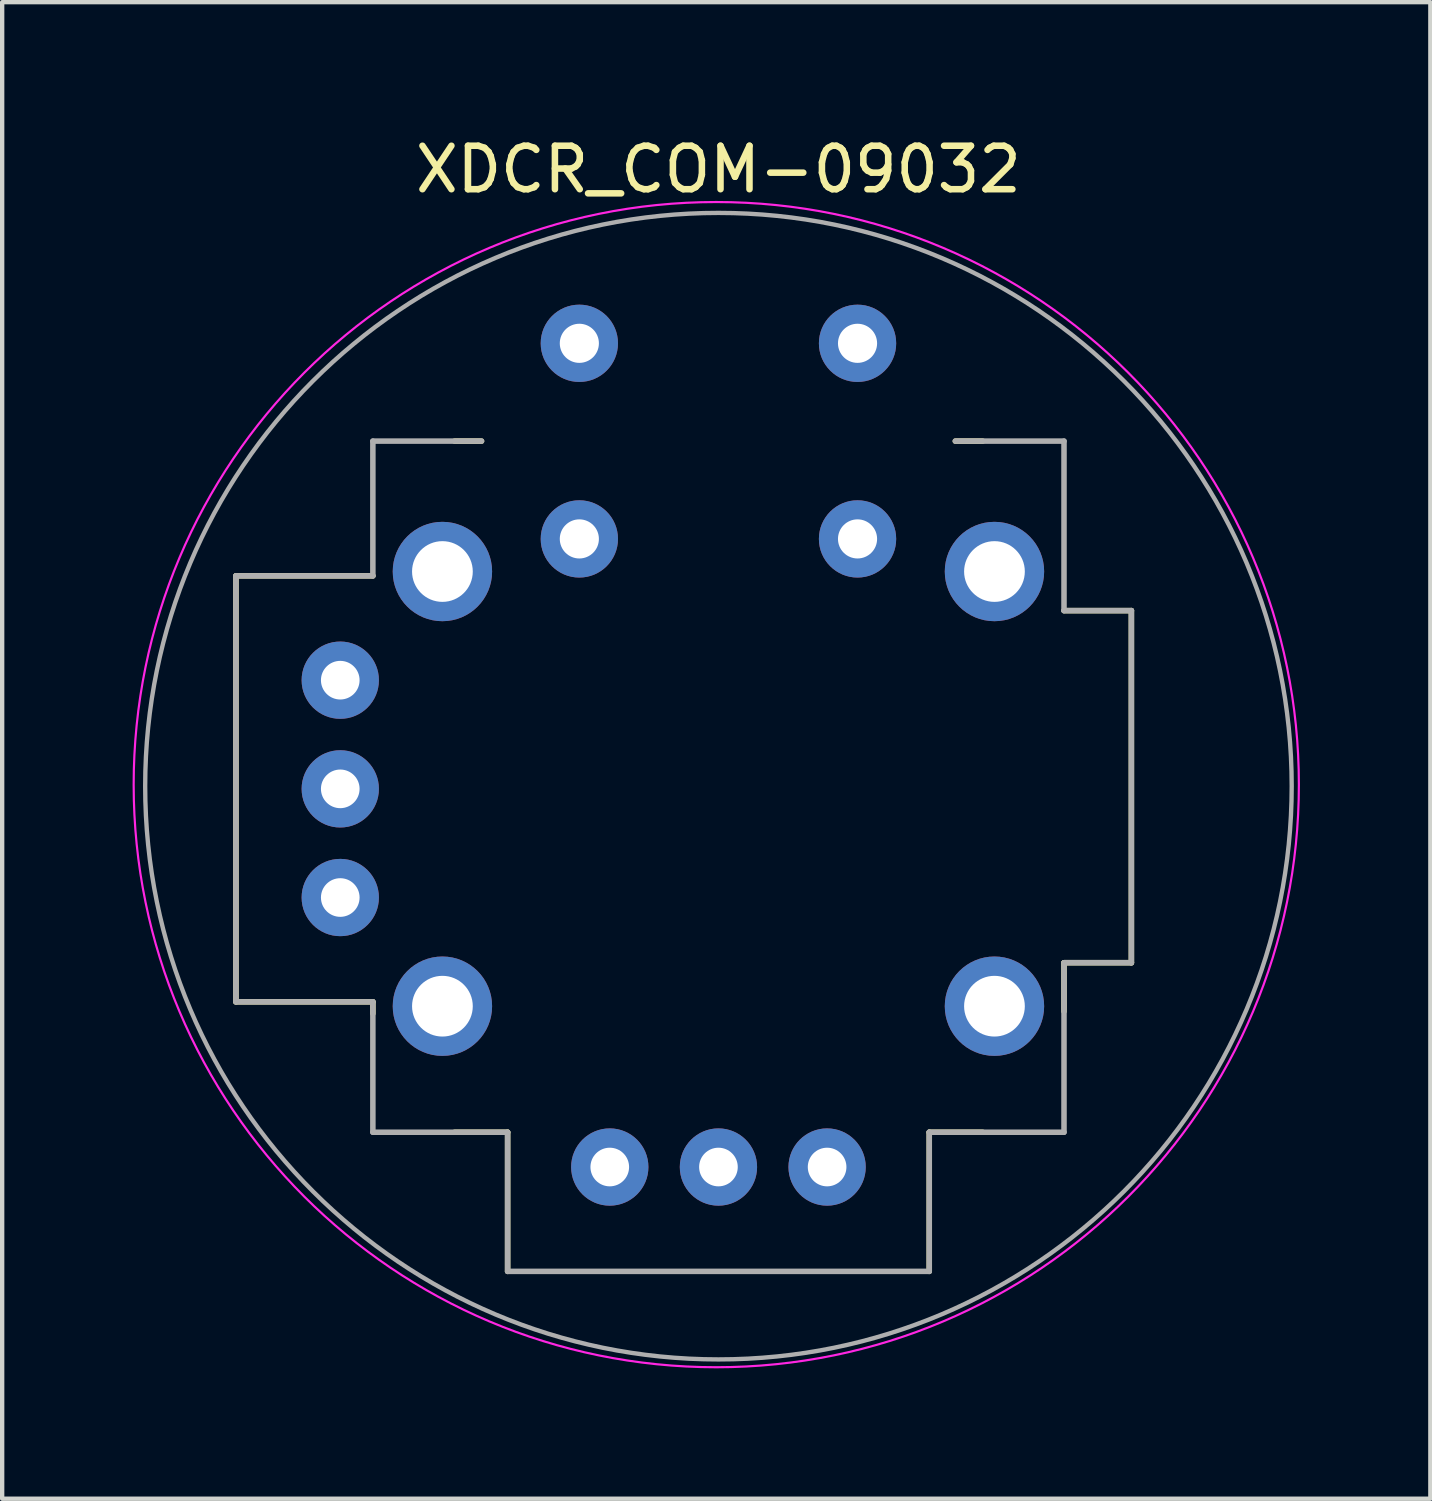
<source format=kicad_pcb>
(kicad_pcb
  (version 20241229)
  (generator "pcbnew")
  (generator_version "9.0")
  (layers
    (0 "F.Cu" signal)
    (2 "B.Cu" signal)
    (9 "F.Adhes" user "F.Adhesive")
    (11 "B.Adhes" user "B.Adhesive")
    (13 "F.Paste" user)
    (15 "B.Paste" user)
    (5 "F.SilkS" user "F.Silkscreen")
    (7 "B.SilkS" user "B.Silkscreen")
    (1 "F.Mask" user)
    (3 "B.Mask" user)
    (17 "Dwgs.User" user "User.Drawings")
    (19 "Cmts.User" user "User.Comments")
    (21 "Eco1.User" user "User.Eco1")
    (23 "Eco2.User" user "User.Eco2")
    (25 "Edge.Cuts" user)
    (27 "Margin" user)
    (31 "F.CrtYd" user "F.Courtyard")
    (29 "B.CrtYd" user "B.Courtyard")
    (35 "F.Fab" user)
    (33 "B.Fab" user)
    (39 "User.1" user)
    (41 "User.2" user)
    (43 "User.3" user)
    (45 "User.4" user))
  (footprint "XDCR_COM-09032"
    (layer "F.Cu")
    (at 13.478 15.098)
    (property "Reference" "XDCR_COM-09032" (at 0 -14.25 0) (layer "F.SilkS") (effects (font (size 1 1) (thickness 0.15))))
    (attr through_hole)
    (fp_line (start -11.1 -4.9) (end -7.95 -4.9) (stroke (width 0.127) (type solid)) (layer "F.SilkS"))
    (fp_line (start -11.1 4.9) (end -11.1 -4.9) (stroke (width 0.127) (type solid)) (layer "F.SilkS"))
    (fp_line (start -7.95 4.9) (end -11.1 4.9) (stroke (width 0.127) (type solid)) (layer "F.SilkS"))
    (fp_line (start -7.95 5.17) (end -7.95 4.9) (stroke (width 0.127) (type solid)) (layer "F.SilkS"))
    (fp_line (start -6.07 -8) (end -5.45 -8) (stroke (width 0.127) (type solid)) (layer "F.SilkS"))
    (fp_line (start -4.85 7.9) (end -6.07 7.9) (stroke (width 0.127) (type solid)) (layer "F.SilkS"))
    (fp_line (start -4.85 11.1) (end -4.85 7.9) (stroke (width 0.127) (type solid)) (layer "F.SilkS"))
    (fp_line (start 4.85 7.9) (end 4.85 11.1) (stroke (width 0.127) (type solid)) (layer "F.SilkS"))
    (fp_line (start 5.45 -8) (end 6.08 -8) (stroke (width 0.127) (type solid)) (layer "F.SilkS"))
    (fp_line (start 6.08 7.9) (end 4.85 7.9) (stroke (width 0.127) (type solid)) (layer "F.SilkS"))
    (fp_line (start 7.95 -4.1) (end 9.5 -4.1) (stroke (width 0.127) (type solid)) (layer "F.SilkS"))
    (fp_line (start 7.95 4) (end 7.95 5.12) (stroke (width 0.127) (type solid)) (layer "F.SilkS"))
    (fp_line (start 9.5 -4.1) (end 9.5 4) (stroke (width 0.127) (type solid)) (layer "F.SilkS"))
    (fp_line (start 9.5 4) (end 7.95 4) (stroke (width 0.127) (type solid)) (layer "F.SilkS"))
    (fp_circle (center -0.05 -0.097) (end 0 -13.5) (stroke (width 0.05) (type default)) (fill no) (layer "F.CrtYd"))
    (fp_line (start -11.1 -4.9) (end -11.1 4.9) (stroke (width 0.127) (type solid)) (layer "F.Fab"))
    (fp_line (start -7.95 -4.9) (end -11.1 -4.9) (stroke (width 0.127) (type solid)) (layer "F.Fab"))
    (fp_line (start -7.95 -4.9) (end -7.95 -8) (stroke (width 0.127) (type solid)) (layer "F.Fab"))
    (fp_line (start -7.95 4.9) (end -11.1 4.9) (stroke (width 0.127) (type solid)) (layer "F.Fab"))
    (fp_line (start -7.95 4.9) (end -7.95 7.9) (stroke (width 0.127) (type solid)) (layer "F.Fab"))
    (fp_line (start -5.45 -8) (end -7.95 -8) (stroke (width 0.127) (type solid)) (layer "F.Fab"))
    (fp_line (start -4.85 7.9) (end -7.95 7.9) (stroke (width 0.127) (type solid)) (layer "F.Fab"))
    (fp_line (start -4.85 11.1) (end -4.85 7.9) (stroke (width 0.127) (type solid)) (layer "F.Fab"))
    (fp_line (start 4.85 7.9) (end 7.95 7.9) (stroke (width 0.127) (type solid)) (layer "F.Fab"))
    (fp_line (start 4.85 11.1) (end -4.85 11.1) (stroke (width 0.127) (type solid)) (layer "F.Fab"))
    (fp_line (start 4.85 11.1) (end 4.85 7.9) (stroke (width 0.127) (type solid)) (layer "F.Fab"))
    (fp_line (start 7.95 -8) (end 5.45 -8) (stroke (width 0.127) (type solid)) (layer "F.Fab"))
    (fp_line (start 7.95 -4.1) (end 7.95 -8) (stroke (width 0.127) (type solid)) (layer "F.Fab"))
    (fp_line (start 7.95 -4.1) (end 9.5 -4.1) (stroke (width 0.127) (type solid)) (layer "F.Fab"))
    (fp_line (start 7.95 4) (end 7.95 7.9) (stroke (width 0.127) (type solid)) (layer "F.Fab"))
    (fp_line (start 7.95 4) (end 9.5 4) (stroke (width 0.127) (type solid)) (layer "F.Fab"))
    (fp_line (start 9.5 -4.1) (end 9.5 4) (stroke (width 0.127) (type solid)) (layer "F.Fab"))
    (fp_circle (center 0 -0.062) (end 0 -13.25) (stroke (width 0.1) (type default)) (fill no) (layer "F.Fab"))
    (pad "B1A" thru_hole circle (at -3.2 -10.25) (size 1.778 1.778) (drill 0.9) (layers "*.Cu" "*.Mask"))
    (pad "B1B" thru_hole circle (at 3.2 -10.25) (size 1.778 1.778) (drill 0.9) (layers "*.Cu" "*.Mask"))
    (pad "B2A" thru_hole circle (at -3.2 -5.75) (size 1.778 1.778) (drill 0.9) (layers "*.Cu" "*.Mask"))
    (pad "B2B" thru_hole circle (at 3.2 -5.75) (size 1.778 1.778) (drill 0.9) (layers "*.Cu" "*.Mask"))
    (pad "H1" thru_hole circle (at -2.5 8.7) (size 1.778 1.778) (drill 0.889) (layers "*.Cu" "*.Mask"))
    (pad "H2" thru_hole circle (at 0 8.7) (size 1.778 1.778) (drill 0.889) (layers "*.Cu" "*.Mask"))
    (pad "H3" thru_hole circle (at 2.5 8.7) (size 1.778 1.778) (drill 0.889) (layers "*.Cu" "*.Mask"))
    (pad "S1" thru_hole circle (at -6.35 -5) (size 2.286 2.286) (drill 1.397) (layers "*.Cu" "*.Mask"))
    (pad "S2" thru_hole circle (at -6.35 5) (size 2.286 2.286) (drill 1.397) (layers "*.Cu" "*.Mask"))
    (pad "S3" thru_hole circle (at 6.35 5) (size 2.286 2.286) (drill 1.397) (layers "*.Cu" "*.Mask"))
    (pad "S4" thru_hole circle (at 6.35 -5) (size 2.286 2.286) (drill 1.397) (layers "*.Cu" "*.Mask"))
    (pad "V1" thru_hole circle (at -8.7 -2.5) (size 1.778 1.778) (drill 0.889) (layers "*.Cu" "*.Mask"))
    (pad "V2" thru_hole circle (at -8.7 0) (size 1.778 1.778) (drill 0.889) (layers "*.Cu" "*.Mask"))
    (pad "V3" thru_hole circle (at -8.7 2.5) (size 1.778 1.778) (drill 0.889) (layers "*.Cu" "*.Mask")))
  (gr_rect
    (start -3 -3)
    (end 29.856 31.429)
    (stroke (width 0.1) (type default))
    (fill no)
    (layer "Edge.Cuts")))
</source>
